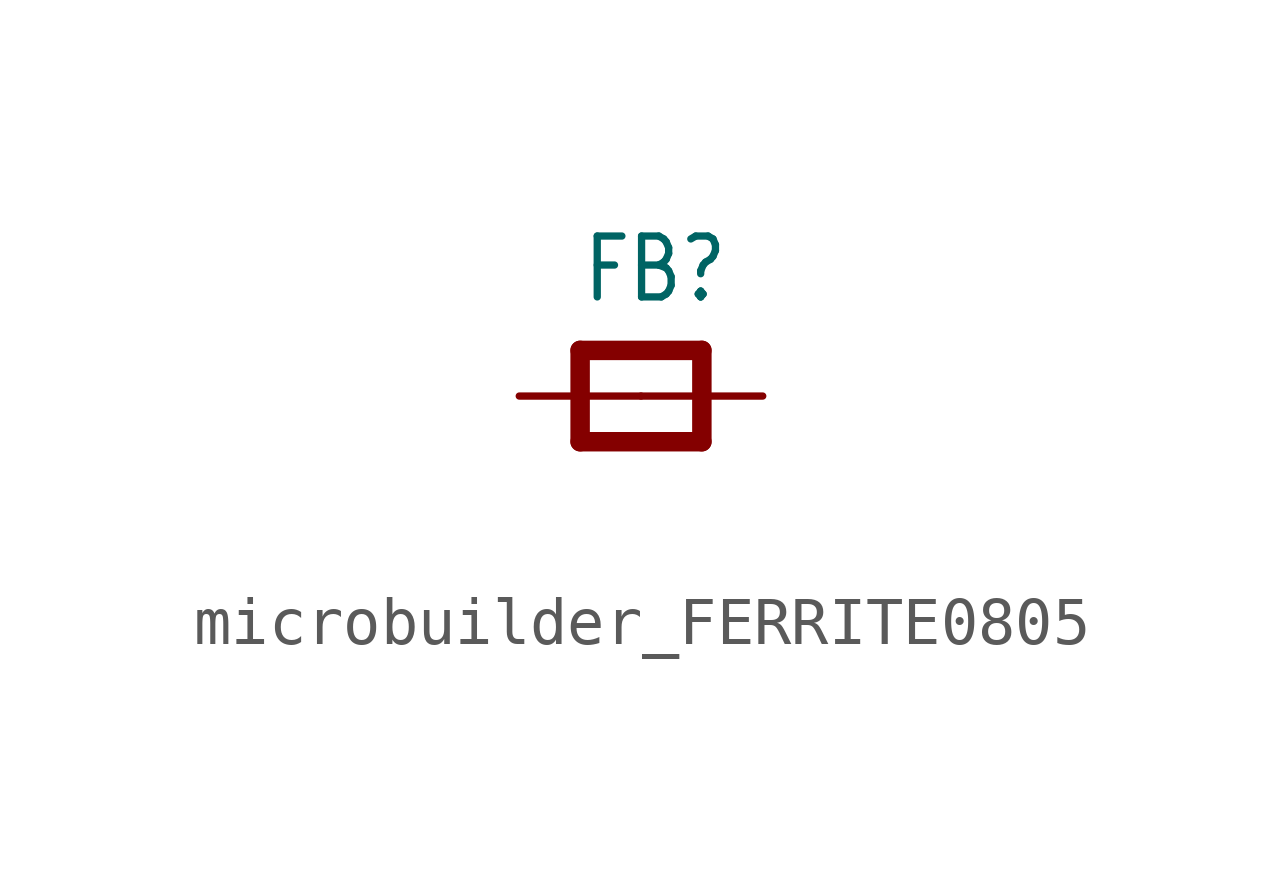
<source format=kicad_sym>
(kicad_symbol_lib
  (version 20220914)
  (generator kicad_symbol_editor)
  (symbol "microbuilder_FERRITE0805"
    (property "Reference" "FB"
      (at -1.27 1.905 0)
      (effects (font (size 1.27 1.079)) (justify left bottom)))
    (property "Value" ""
      (at -1.27 -3.175 0)
      (effects (font (size 1.27 1.079)) (justify left bottom)))
    (property "ki_locked" ""
      (at 0 0 0)
      (effects (font (size 1.27 1.27))))
    (symbol "microbuilder_FERRITE0805_1_0"
      (polyline (pts (xy -1.27 -0.953) (xy -1.27 0.953)) (stroke (width 0.406) (type solid)) (fill (type none)))
      (polyline (pts (xy -1.27 0.953) (xy 1.27 0.953)) (stroke (width 0.406) (type solid)) (fill (type none)))
      (polyline (pts (xy 1.27 -0.953) (xy -1.27 -0.953)) (stroke (width 0.406) (type solid)) (fill (type none)))
      (polyline (pts (xy 1.27 0.953) (xy 1.27 -0.953)) (stroke (width 0.406) (type solid)) (fill (type none)))
      (pin passive line (at -2.54 0 0) (length 2.54) (name "P$1" (effects (font (size 0 0)))) (number "1" (effects (font (size 0 0)))))
      (pin passive line (at 2.54 0 180) (length 2.54) (name "P$2" (effects (font (size 0 0)))) (number "2" (effects (font (size 0 0))))))))
</source>
